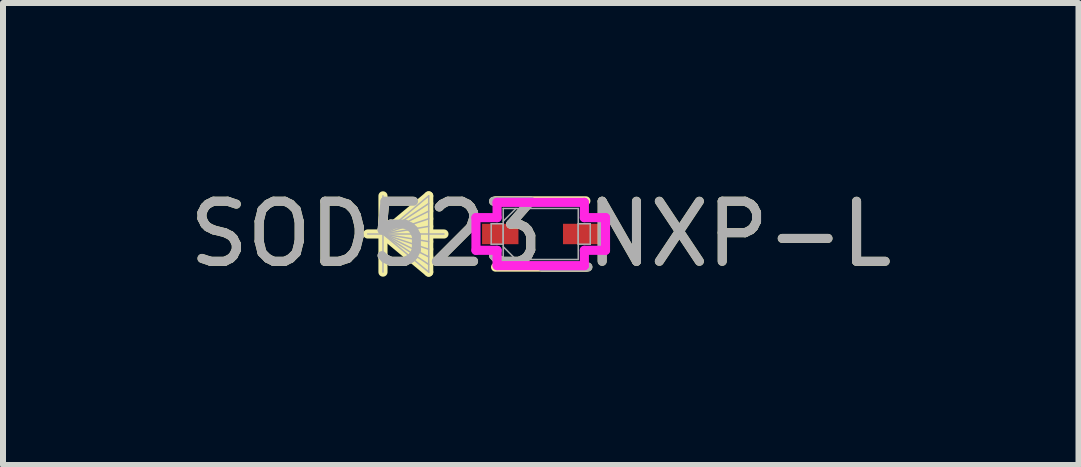
<source format=kicad_pcb>
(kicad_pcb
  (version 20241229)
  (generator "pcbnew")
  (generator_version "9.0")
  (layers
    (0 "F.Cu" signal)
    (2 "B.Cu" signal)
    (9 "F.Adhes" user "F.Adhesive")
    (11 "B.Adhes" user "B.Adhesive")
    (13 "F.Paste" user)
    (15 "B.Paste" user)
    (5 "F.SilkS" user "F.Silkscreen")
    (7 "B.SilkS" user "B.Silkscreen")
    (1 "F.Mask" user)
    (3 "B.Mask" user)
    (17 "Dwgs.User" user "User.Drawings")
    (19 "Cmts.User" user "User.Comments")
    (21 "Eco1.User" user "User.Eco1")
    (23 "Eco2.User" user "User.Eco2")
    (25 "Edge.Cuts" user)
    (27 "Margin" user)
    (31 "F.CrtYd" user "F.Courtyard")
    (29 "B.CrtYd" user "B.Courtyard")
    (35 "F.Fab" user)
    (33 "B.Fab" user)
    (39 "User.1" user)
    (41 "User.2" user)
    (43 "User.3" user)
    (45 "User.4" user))
  (footprint "SOD523_NXP-L"
    (layer "F.Cu")
    (at 5.958 0.848)
    (property "Reference" "SOD523_NXP-L" (at 0 0 0) (unlocked yes) (layer "F.SilkS") (effects (font (size 1 1) (thickness 0.15))))
    (attr smd)
    (fp_line (start -2.628 -0.635) (end -2.628 0.635) (stroke (width 0.152) (type solid)) (layer "F.SilkS"))
    (fp_line (start -2.628 0) (end -1.866 -0.635) (stroke (width 0.152) (type solid)) (layer "F.SilkS"))
    (fp_line (start -2.628 0) (end -1.866 -0.508) (stroke (width 0.152) (type solid)) (layer "F.SilkS"))
    (fp_line (start -2.628 0) (end -1.866 -0.381) (stroke (width 0.152) (type solid)) (layer "F.SilkS"))
    (fp_line (start -2.628 0) (end -1.866 -0.254) (stroke (width 0.152) (type solid)) (layer "F.SilkS"))
    (fp_line (start -2.628 0) (end -1.866 -0.127) (stroke (width 0.152) (type solid)) (layer "F.SilkS"))
    (fp_line (start -2.628 0) (end -1.866 0.127) (stroke (width 0.152) (type solid)) (layer "F.SilkS"))
    (fp_line (start -2.628 0) (end -1.866 0.254) (stroke (width 0.152) (type solid)) (layer "F.SilkS"))
    (fp_line (start -2.628 0) (end -1.866 0.381) (stroke (width 0.152) (type solid)) (layer "F.SilkS"))
    (fp_line (start -2.628 0) (end -1.866 0.508) (stroke (width 0.152) (type solid)) (layer "F.SilkS"))
    (fp_line (start -2.628 0) (end -1.866 0.635) (stroke (width 0.152) (type solid)) (layer "F.SilkS"))
    (fp_line (start -1.866 -0.635) (end -1.866 0.635) (stroke (width 0.152) (type solid)) (layer "F.SilkS"))
    (fp_line (start -1.612 0) (end -2.882 0) (stroke (width 0.152) (type solid)) (layer "F.SilkS"))
    (fp_line (start -0.752 0.552) (end 0.752 0.552) (stroke (width 0.152) (type solid)) (layer "F.SilkS"))
    (fp_line (start 0.752 -0.552) (end -0.752 -0.552) (stroke (width 0.152) (type solid)) (layer "F.SilkS"))
    (fp_line (start -1.079 -0.272) (end -0.727 -0.272) (stroke (width 0.152) (type solid)) (layer "F.CrtYd"))
    (fp_line (start -1.079 0.272) (end -1.079 -0.272) (stroke (width 0.152) (type solid)) (layer "F.CrtYd"))
    (fp_line (start -0.727 -0.527) (end 0.727 -0.527) (stroke (width 0.152) (type solid)) (layer "F.CrtYd"))
    (fp_line (start -0.727 -0.272) (end -0.727 -0.527) (stroke (width 0.152) (type solid)) (layer "F.CrtYd"))
    (fp_line (start -0.727 0.272) (end -1.079 0.272) (stroke (width 0.152) (type solid)) (layer "F.CrtYd"))
    (fp_line (start -0.727 0.527) (end -0.727 0.272) (stroke (width 0.152) (type solid)) (layer "F.CrtYd"))
    (fp_line (start 0.727 -0.527) (end 0.727 -0.272) (stroke (width 0.152) (type solid)) (layer "F.CrtYd"))
    (fp_line (start 0.727 -0.272) (end 1.079 -0.272) (stroke (width 0.152) (type solid)) (layer "F.CrtYd"))
    (fp_line (start 0.727 0.272) (end 0.727 0.527) (stroke (width 0.152) (type solid)) (layer "F.CrtYd"))
    (fp_line (start 0.727 0.527) (end -0.727 0.527) (stroke (width 0.152) (type solid)) (layer "F.CrtYd"))
    (fp_line (start 1.079 -0.272) (end 1.079 0.272) (stroke (width 0.152) (type solid)) (layer "F.CrtYd"))
    (fp_line (start 1.079 0.272) (end 0.727 0.272) (stroke (width 0.152) (type solid)) (layer "F.CrtYd"))
    (fp_line (start -2.628 -0.635) (end -2.628 0.635) (stroke (width 0.025) (type solid)) (layer "F.Fab"))
    (fp_line (start -2.628 0) (end -1.866 -0.635) (stroke (width 0.025) (type solid)) (layer "F.Fab"))
    (fp_line (start -2.628 0) (end -1.866 -0.508) (stroke (width 0.025) (type solid)) (layer "F.Fab"))
    (fp_line (start -2.628 0) (end -1.866 -0.381) (stroke (width 0.025) (type solid)) (layer "F.Fab"))
    (fp_line (start -2.628 0) (end -1.866 -0.254) (stroke (width 0.025) (type solid)) (layer "F.Fab"))
    (fp_line (start -2.628 0) (end -1.866 -0.127) (stroke (width 0.025) (type solid)) (layer "F.Fab"))
    (fp_line (start -2.628 0) (end -1.866 0.127) (stroke (width 0.025) (type solid)) (layer "F.Fab"))
    (fp_line (start -2.628 0) (end -1.866 0.254) (stroke (width 0.025) (type solid)) (layer "F.Fab"))
    (fp_line (start -2.628 0) (end -1.866 0.381) (stroke (width 0.025) (type solid)) (layer "F.Fab"))
    (fp_line (start -2.628 0) (end -1.866 0.508) (stroke (width 0.025) (type solid)) (layer "F.Fab"))
    (fp_line (start -2.628 0) (end -1.866 0.635) (stroke (width 0.025) (type solid)) (layer "F.Fab"))
    (fp_line (start -1.866 -0.635) (end -1.866 0.635) (stroke (width 0.025) (type solid)) (layer "F.Fab"))
    (fp_line (start -1.612 0) (end -2.882 0) (stroke (width 0.025) (type solid)) (layer "F.Fab"))
    (fp_line (start -0.825 -0.17) (end -0.825 0.17) (stroke (width 0.025) (type solid)) (layer "F.Fab"))
    (fp_line (start -0.825 0.17) (end -0.625 0.17) (stroke (width 0.025) (type solid)) (layer "F.Fab"))
    (fp_line (start -0.625 -0.425) (end -0.625 0.425) (stroke (width 0.025) (type solid)) (layer "F.Fab"))
    (fp_line (start -0.625 -0.212) (end -0.412 -0.425) (stroke (width 0.025) (type solid)) (layer "F.Fab"))
    (fp_line (start -0.625 -0.17) (end -0.825 -0.17) (stroke (width 0.025) (type solid)) (layer "F.Fab"))
    (fp_line (start -0.625 0.17) (end -0.625 -0.17) (stroke (width 0.025) (type solid)) (layer "F.Fab"))
    (fp_line (start -0.625 0.212) (end -0.412 0.425) (stroke (width 0.025) (type solid)) (layer "F.Fab"))
    (fp_line (start -0.625 0.425) (end 0.625 0.425) (stroke (width 0.025) (type solid)) (layer "F.Fab"))
    (fp_line (start 0.625 -0.425) (end -0.625 -0.425) (stroke (width 0.025) (type solid)) (layer "F.Fab"))
    (fp_line (start 0.625 -0.17) (end 0.625 0.17) (stroke (width 0.025) (type solid)) (layer "F.Fab"))
    (fp_line (start 0.625 0.17) (end 0.825 0.17) (stroke (width 0.025) (type solid)) (layer "F.Fab"))
    (fp_line (start 0.625 0.425) (end 0.625 -0.425) (stroke (width 0.025) (type solid)) (layer "F.Fab"))
    (fp_line (start 0.825 -0.17) (end 0.625 -0.17) (stroke (width 0.025) (type solid)) (layer "F.Fab"))
    (fp_line (start 0.825 0.17) (end 0.825 -0.17) (stroke (width 0.025) (type solid)) (layer "F.Fab"))
    (fp_text user "${REFERENCE}" (at 0 0 0) (unlocked yes) (layer "F.Fab") (effects (font (size 1 1) (thickness 0.15))))
    (pad "1" smd rect (at -0.674 0) (size 0.606 0.34) (layers "F.Cu" "F.Mask" "F.Paste"))
    (pad "2" smd rect (at 0.674 0) (size 0.606 0.34) (layers "F.Cu" "F.Mask" "F.Paste")))
  (gr_rect
    (start -3 -3)
    (end 14.917 4.697)
    (stroke (width 0.1) (type default))
    (fill no)
    (layer "Edge.Cuts")))
</source>
